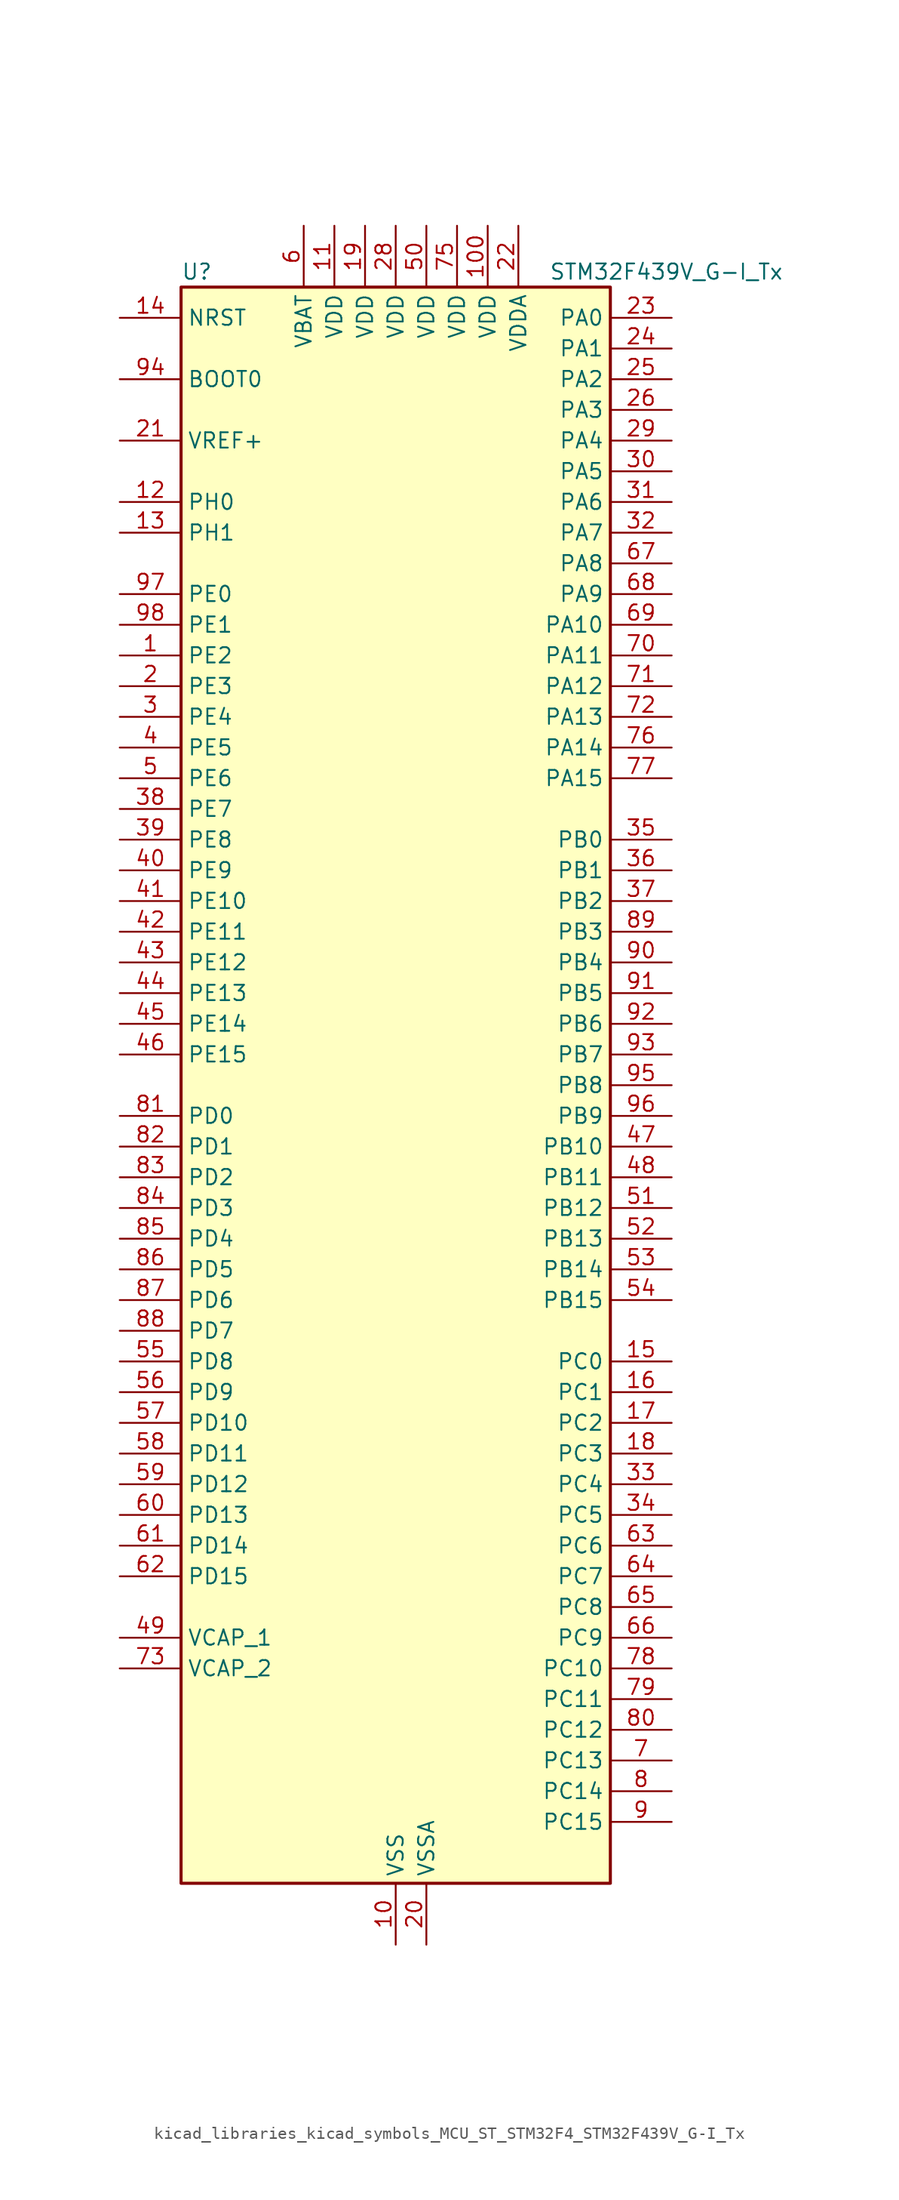
<source format=kicad_sym>
(kicad_symbol_lib
  (version 20220914)
  (generator kicad_symbol_editor)
  (symbol "kicad_libraries_kicad_symbols_MCU_ST_STM32F4_STM32F439V_G-I_Tx"
    (property "Reference" "U"
      (at -17.78 67.31 0)
      (effects (font (size 1.27 1.27)) (justify left)))
    (property "Value" "STM32F439V_G-I_Tx"
      (at 12.7 67.31 0)
      (effects (font (size 1.27 1.27)) (justify left)))
    (property "ki_locked" ""
      (at 0 0 0)
      (effects (font (size 1.27 1.27))))
    (symbol "kicad_libraries_kicad_symbols_MCU_ST_STM32F4_STM32F439V_G-I_Tx_0_1"
      (rectangle (start -17.78 -66.04) (end 17.78 66.04) (stroke (width 0.254) (type default)) (fill (type background))))
    (symbol "kicad_libraries_kicad_symbols_MCU_ST_STM32F4_STM32F439V_G-I_Tx_1_1"
      (pin bidirectional line (at -22.86 35.56 0) (length 5.08) (name "PE2" (effects (font (size 1.27 1.27)))) (number "1" (effects (font (size 1.27 1.27)))) (alternate "ETH_TXD3" bidirectional line) (alternate "FMC_A23" bidirectional line) (alternate "SAI1_MCLK_A" bidirectional line) (alternate "SPI4_SCK" bidirectional line) (alternate "SYS_TRACECLK" bidirectional line))
      (pin power_in line (at 0 -71.12 90) (length 5.08) (name "VSS" (effects (font (size 1.27 1.27)))) (number "10" (effects (font (size 1.27 1.27)))))
      (pin power_in line (at 7.62 71.12 270) (length 5.08) (name "VDD" (effects (font (size 1.27 1.27)))) (number "100" (effects (font (size 1.27 1.27)))))
      (pin power_in line (at -5.08 71.12 270) (length 5.08) (name "VDD" (effects (font (size 1.27 1.27)))) (number "11" (effects (font (size 1.27 1.27)))))
      (pin bidirectional line (at -22.86 48.26 0) (length 5.08) (name "PH0" (effects (font (size 1.27 1.27)))) (number "12" (effects (font (size 1.27 1.27)))) (alternate "RCC_OSC_IN" bidirectional line))
      (pin bidirectional line (at -22.86 45.72 0) (length 5.08) (name "PH1" (effects (font (size 1.27 1.27)))) (number "13" (effects (font (size 1.27 1.27)))) (alternate "RCC_OSC_OUT" bidirectional line))
      (pin input line (at -22.86 63.5 0) (length 5.08) (name "NRST" (effects (font (size 1.27 1.27)))) (number "14" (effects (font (size 1.27 1.27)))))
      (pin bidirectional line (at 22.86 -22.86 180) (length 5.08) (name "PC0" (effects (font (size 1.27 1.27)))) (number "15" (effects (font (size 1.27 1.27)))) (alternate "ADC1_IN10" bidirectional line) (alternate "ADC2_IN10" bidirectional line) (alternate "ADC3_IN10" bidirectional line) (alternate "USB_OTG_HS_ULPI_STP" bidirectional line))
      (pin bidirectional line (at 22.86 -25.4 180) (length 5.08) (name "PC1" (effects (font (size 1.27 1.27)))) (number "16" (effects (font (size 1.27 1.27)))) (alternate "ADC1_IN11" bidirectional line) (alternate "ADC2_IN11" bidirectional line) (alternate "ADC3_IN11" bidirectional line) (alternate "ETH_MDC" bidirectional line))
      (pin bidirectional line (at 22.86 -27.94 180) (length 5.08) (name "PC2" (effects (font (size 1.27 1.27)))) (number "17" (effects (font (size 1.27 1.27)))) (alternate "ADC1_IN12" bidirectional line) (alternate "ADC2_IN12" bidirectional line) (alternate "ADC3_IN12" bidirectional line) (alternate "ETH_TXD2" bidirectional line) (alternate "I2S2_ext_SD" bidirectional line) (alternate "SPI2_MISO" bidirectional line) (alternate "USB_OTG_HS_ULPI_DIR" bidirectional line))
      (pin bidirectional line (at 22.86 -30.48 180) (length 5.08) (name "PC3" (effects (font (size 1.27 1.27)))) (number "18" (effects (font (size 1.27 1.27)))) (alternate "ADC1_IN13" bidirectional line) (alternate "ADC2_IN13" bidirectional line) (alternate "ADC3_IN13" bidirectional line) (alternate "ETH_TX_CLK" bidirectional line) (alternate "I2S2_SD" bidirectional line) (alternate "SPI2_MOSI" bidirectional line) (alternate "USB_OTG_HS_ULPI_NXT" bidirectional line))
      (pin power_in line (at -2.54 71.12 270) (length 5.08) (name "VDD" (effects (font (size 1.27 1.27)))) (number "19" (effects (font (size 1.27 1.27)))))
      (pin bidirectional line (at -22.86 33.02 0) (length 5.08) (name "PE3" (effects (font (size 1.27 1.27)))) (number "2" (effects (font (size 1.27 1.27)))) (alternate "FMC_A19" bidirectional line) (alternate "SAI1_SD_B" bidirectional line) (alternate "SYS_TRACED0" bidirectional line))
      (pin power_in line (at 2.54 -71.12 90) (length 5.08) (name "VSSA" (effects (font (size 1.27 1.27)))) (number "20" (effects (font (size 1.27 1.27)))))
      (pin input line (at -22.86 53.34 0) (length 5.08) (name "VREF+" (effects (font (size 1.27 1.27)))) (number "21" (effects (font (size 1.27 1.27)))))
      (pin power_in line (at 10.16 71.12 270) (length 5.08) (name "VDDA" (effects (font (size 1.27 1.27)))) (number "22" (effects (font (size 1.27 1.27)))))
      (pin bidirectional line (at 22.86 63.5 180) (length 5.08) (name "PA0" (effects (font (size 1.27 1.27)))) (number "23" (effects (font (size 1.27 1.27)))) (alternate "ADC1_IN0" bidirectional line) (alternate "ADC2_IN0" bidirectional line) (alternate "ADC3_IN0" bidirectional line) (alternate "ETH_CRS" bidirectional line) (alternate "SYS_WKUP" bidirectional line) (alternate "TIM2_CH1" bidirectional line) (alternate "TIM2_ETR" bidirectional line) (alternate "TIM5_CH1" bidirectional line) (alternate "TIM8_ETR" bidirectional line) (alternate "UART4_TX" bidirectional line) (alternate "USART2_CTS" bidirectional line))
      (pin bidirectional line (at 22.86 60.96 180) (length 5.08) (name "PA1" (effects (font (size 1.27 1.27)))) (number "24" (effects (font (size 1.27 1.27)))) (alternate "ADC1_IN1" bidirectional line) (alternate "ADC2_IN1" bidirectional line) (alternate "ADC3_IN1" bidirectional line) (alternate "ETH_REF_CLK" bidirectional line) (alternate "ETH_RX_CLK" bidirectional line) (alternate "TIM2_CH2" bidirectional line) (alternate "TIM5_CH2" bidirectional line) (alternate "UART4_RX" bidirectional line) (alternate "USART2_RTS" bidirectional line))
      (pin bidirectional line (at 22.86 58.42 180) (length 5.08) (name "PA2" (effects (font (size 1.27 1.27)))) (number "25" (effects (font (size 1.27 1.27)))) (alternate "ADC1_IN2" bidirectional line) (alternate "ADC2_IN2" bidirectional line) (alternate "ADC3_IN2" bidirectional line) (alternate "ETH_MDIO" bidirectional line) (alternate "TIM2_CH3" bidirectional line) (alternate "TIM5_CH3" bidirectional line) (alternate "TIM9_CH1" bidirectional line) (alternate "USART2_TX" bidirectional line))
      (pin bidirectional line (at 22.86 55.88 180) (length 5.08) (name "PA3" (effects (font (size 1.27 1.27)))) (number "26" (effects (font (size 1.27 1.27)))) (alternate "ADC1_IN3" bidirectional line) (alternate "ADC2_IN3" bidirectional line) (alternate "ADC3_IN3" bidirectional line) (alternate "ETH_COL" bidirectional line) (alternate "LTDC_B5" bidirectional line) (alternate "TIM2_CH4" bidirectional line) (alternate "TIM5_CH4" bidirectional line) (alternate "TIM9_CH2" bidirectional line) (alternate "USART2_RX" bidirectional line) (alternate "USB_OTG_HS_ULPI_D0" bidirectional line))
      (pin passive line (at 0 -71.12 90) (length 5.08) hide (name "VSS" (effects (font (size 1.27 1.27)))) (number "27" (effects (font (size 1.27 1.27)))))
      (pin power_in line (at 0 71.12 270) (length 5.08) (name "VDD" (effects (font (size 1.27 1.27)))) (number "28" (effects (font (size 1.27 1.27)))))
      (pin bidirectional line (at 22.86 53.34 180) (length 5.08) (name "PA4" (effects (font (size 1.27 1.27)))) (number "29" (effects (font (size 1.27 1.27)))) (alternate "ADC1_IN4" bidirectional line) (alternate "ADC2_IN4" bidirectional line) (alternate "DAC_OUT1" bidirectional line) (alternate "DCMI_HSYNC" bidirectional line) (alternate "I2S3_WS" bidirectional line) (alternate "LTDC_VSYNC" bidirectional line) (alternate "SPI1_NSS" bidirectional line) (alternate "SPI3_NSS" bidirectional line) (alternate "USART2_CK" bidirectional line) (alternate "USB_OTG_HS_SOF" bidirectional line))
      (pin bidirectional line (at -22.86 30.48 0) (length 5.08) (name "PE4" (effects (font (size 1.27 1.27)))) (number "3" (effects (font (size 1.27 1.27)))) (alternate "DCMI_D4" bidirectional line) (alternate "FMC_A20" bidirectional line) (alternate "LTDC_B0" bidirectional line) (alternate "SAI1_FS_A" bidirectional line) (alternate "SPI4_NSS" bidirectional line) (alternate "SYS_TRACED1" bidirectional line))
      (pin bidirectional line (at 22.86 50.8 180) (length 5.08) (name "PA5" (effects (font (size 1.27 1.27)))) (number "30" (effects (font (size 1.27 1.27)))) (alternate "ADC1_IN5" bidirectional line) (alternate "ADC2_IN5" bidirectional line) (alternate "DAC_OUT2" bidirectional line) (alternate "SPI1_SCK" bidirectional line) (alternate "TIM2_CH1" bidirectional line) (alternate "TIM2_ETR" bidirectional line) (alternate "TIM8_CH1N" bidirectional line) (alternate "USB_OTG_HS_ULPI_CK" bidirectional line))
      (pin bidirectional line (at 22.86 48.26 180) (length 5.08) (name "PA6" (effects (font (size 1.27 1.27)))) (number "31" (effects (font (size 1.27 1.27)))) (alternate "ADC1_IN6" bidirectional line) (alternate "ADC2_IN6" bidirectional line) (alternate "DCMI_PIXCLK" bidirectional line) (alternate "LTDC_G2" bidirectional line) (alternate "SPI1_MISO" bidirectional line) (alternate "TIM13_CH1" bidirectional line) (alternate "TIM1_BKIN" bidirectional line) (alternate "TIM3_CH1" bidirectional line) (alternate "TIM8_BKIN" bidirectional line))
      (pin bidirectional line (at 22.86 45.72 180) (length 5.08) (name "PA7" (effects (font (size 1.27 1.27)))) (number "32" (effects (font (size 1.27 1.27)))) (alternate "ADC1_IN7" bidirectional line) (alternate "ADC2_IN7" bidirectional line) (alternate "ETH_CRS_DV" bidirectional line) (alternate "ETH_RX_DV" bidirectional line) (alternate "SPI1_MOSI" bidirectional line) (alternate "TIM14_CH1" bidirectional line) (alternate "TIM1_CH1N" bidirectional line) (alternate "TIM3_CH2" bidirectional line) (alternate "TIM8_CH1N" bidirectional line))
      (pin bidirectional line (at 22.86 -33.02 180) (length 5.08) (name "PC4" (effects (font (size 1.27 1.27)))) (number "33" (effects (font (size 1.27 1.27)))) (alternate "ADC1_IN14" bidirectional line) (alternate "ADC2_IN14" bidirectional line) (alternate "ETH_RXD0" bidirectional line))
      (pin bidirectional line (at 22.86 -35.56 180) (length 5.08) (name "PC5" (effects (font (size 1.27 1.27)))) (number "34" (effects (font (size 1.27 1.27)))) (alternate "ADC1_IN15" bidirectional line) (alternate "ADC2_IN15" bidirectional line) (alternate "ETH_RXD1" bidirectional line))
      (pin bidirectional line (at 22.86 20.32 180) (length 5.08) (name "PB0" (effects (font (size 1.27 1.27)))) (number "35" (effects (font (size 1.27 1.27)))) (alternate "ADC1_IN8" bidirectional line) (alternate "ADC2_IN8" bidirectional line) (alternate "ETH_RXD2" bidirectional line) (alternate "LTDC_R3" bidirectional line) (alternate "TIM1_CH2N" bidirectional line) (alternate "TIM3_CH3" bidirectional line) (alternate "TIM8_CH2N" bidirectional line) (alternate "USB_OTG_HS_ULPI_D1" bidirectional line))
      (pin bidirectional line (at 22.86 17.78 180) (length 5.08) (name "PB1" (effects (font (size 1.27 1.27)))) (number "36" (effects (font (size 1.27 1.27)))) (alternate "ADC1_IN9" bidirectional line) (alternate "ADC2_IN9" bidirectional line) (alternate "ETH_RXD3" bidirectional line) (alternate "LTDC_R6" bidirectional line) (alternate "TIM1_CH3N" bidirectional line) (alternate "TIM3_CH4" bidirectional line) (alternate "TIM8_CH3N" bidirectional line) (alternate "USB_OTG_HS_ULPI_D2" bidirectional line))
      (pin bidirectional line (at 22.86 15.24 180) (length 5.08) (name "PB2" (effects (font (size 1.27 1.27)))) (number "37" (effects (font (size 1.27 1.27)))))
      (pin bidirectional line (at -22.86 22.86 0) (length 5.08) (name "PE7" (effects (font (size 1.27 1.27)))) (number "38" (effects (font (size 1.27 1.27)))) (alternate "FMC_D4" bidirectional line) (alternate "FMC_DA4" bidirectional line) (alternate "TIM1_ETR" bidirectional line) (alternate "UART7_RX" bidirectional line))
      (pin bidirectional line (at -22.86 20.32 0) (length 5.08) (name "PE8" (effects (font (size 1.27 1.27)))) (number "39" (effects (font (size 1.27 1.27)))) (alternate "FMC_D5" bidirectional line) (alternate "FMC_DA5" bidirectional line) (alternate "TIM1_CH1N" bidirectional line) (alternate "UART7_TX" bidirectional line))
      (pin bidirectional line (at -22.86 27.94 0) (length 5.08) (name "PE5" (effects (font (size 1.27 1.27)))) (number "4" (effects (font (size 1.27 1.27)))) (alternate "DCMI_D6" bidirectional line) (alternate "FMC_A21" bidirectional line) (alternate "LTDC_G0" bidirectional line) (alternate "SAI1_SCK_A" bidirectional line) (alternate "SPI4_MISO" bidirectional line) (alternate "SYS_TRACED2" bidirectional line) (alternate "TIM9_CH1" bidirectional line))
      (pin bidirectional line (at -22.86 17.78 0) (length 5.08) (name "PE9" (effects (font (size 1.27 1.27)))) (number "40" (effects (font (size 1.27 1.27)))) (alternate "DAC_EXTI9" bidirectional line) (alternate "FMC_D6" bidirectional line) (alternate "FMC_DA6" bidirectional line) (alternate "TIM1_CH1" bidirectional line))
      (pin bidirectional line (at -22.86 15.24 0) (length 5.08) (name "PE10" (effects (font (size 1.27 1.27)))) (number "41" (effects (font (size 1.27 1.27)))) (alternate "FMC_D7" bidirectional line) (alternate "FMC_DA7" bidirectional line) (alternate "TIM1_CH2N" bidirectional line))
      (pin bidirectional line (at -22.86 12.7 0) (length 5.08) (name "PE11" (effects (font (size 1.27 1.27)))) (number "42" (effects (font (size 1.27 1.27)))) (alternate "ADC1_EXTI11" bidirectional line) (alternate "ADC2_EXTI11" bidirectional line) (alternate "ADC3_EXTI11" bidirectional line) (alternate "FMC_D8" bidirectional line) (alternate "FMC_DA8" bidirectional line) (alternate "LTDC_G3" bidirectional line) (alternate "SPI4_NSS" bidirectional line) (alternate "TIM1_CH2" bidirectional line))
      (pin bidirectional line (at -22.86 10.16 0) (length 5.08) (name "PE12" (effects (font (size 1.27 1.27)))) (number "43" (effects (font (size 1.27 1.27)))) (alternate "FMC_D9" bidirectional line) (alternate "FMC_DA9" bidirectional line) (alternate "LTDC_B4" bidirectional line) (alternate "SPI4_SCK" bidirectional line) (alternate "TIM1_CH3N" bidirectional line))
      (pin bidirectional line (at -22.86 7.62 0) (length 5.08) (name "PE13" (effects (font (size 1.27 1.27)))) (number "44" (effects (font (size 1.27 1.27)))) (alternate "FMC_D10" bidirectional line) (alternate "FMC_DA10" bidirectional line) (alternate "LTDC_DE" bidirectional line) (alternate "SPI4_MISO" bidirectional line) (alternate "TIM1_CH3" bidirectional line))
      (pin bidirectional line (at -22.86 5.08 0) (length 5.08) (name "PE14" (effects (font (size 1.27 1.27)))) (number "45" (effects (font (size 1.27 1.27)))) (alternate "FMC_D11" bidirectional line) (alternate "FMC_DA11" bidirectional line) (alternate "LTDC_CLK" bidirectional line) (alternate "SPI4_MOSI" bidirectional line) (alternate "TIM1_CH4" bidirectional line))
      (pin bidirectional line (at -22.86 2.54 0) (length 5.08) (name "PE15" (effects (font (size 1.27 1.27)))) (number "46" (effects (font (size 1.27 1.27)))) (alternate "ADC1_EXTI15" bidirectional line) (alternate "ADC2_EXTI15" bidirectional line) (alternate "ADC3_EXTI15" bidirectional line) (alternate "FMC_D12" bidirectional line) (alternate "FMC_DA12" bidirectional line) (alternate "LTDC_R7" bidirectional line) (alternate "TIM1_BKIN" bidirectional line))
      (pin bidirectional line (at 22.86 -5.08 180) (length 5.08) (name "PB10" (effects (font (size 1.27 1.27)))) (number "47" (effects (font (size 1.27 1.27)))) (alternate "ETH_RX_ER" bidirectional line) (alternate "I2C2_SCL" bidirectional line) (alternate "I2S2_CK" bidirectional line) (alternate "LTDC_G4" bidirectional line) (alternate "SPI2_SCK" bidirectional line) (alternate "TIM2_CH3" bidirectional line) (alternate "USART3_TX" bidirectional line) (alternate "USB_OTG_HS_ULPI_D3" bidirectional line))
      (pin bidirectional line (at 22.86 -7.62 180) (length 5.08) (name "PB11" (effects (font (size 1.27 1.27)))) (number "48" (effects (font (size 1.27 1.27)))) (alternate "ADC1_EXTI11" bidirectional line) (alternate "ADC2_EXTI11" bidirectional line) (alternate "ADC3_EXTI11" bidirectional line) (alternate "ETH_TX_EN" bidirectional line) (alternate "I2C2_SDA" bidirectional line) (alternate "LTDC_G5" bidirectional line) (alternate "TIM2_CH4" bidirectional line) (alternate "USART3_RX" bidirectional line) (alternate "USB_OTG_HS_ULPI_D4" bidirectional line))
      (pin power_out line (at -22.86 -45.72 0) (length 5.08) (name "VCAP_1" (effects (font (size 1.27 1.27)))) (number "49" (effects (font (size 1.27 1.27)))))
      (pin bidirectional line (at -22.86 25.4 0) (length 5.08) (name "PE6" (effects (font (size 1.27 1.27)))) (number "5" (effects (font (size 1.27 1.27)))) (alternate "DCMI_D7" bidirectional line) (alternate "FMC_A22" bidirectional line) (alternate "LTDC_G1" bidirectional line) (alternate "SAI1_SD_A" bidirectional line) (alternate "SPI4_MOSI" bidirectional line) (alternate "SYS_TRACED3" bidirectional line) (alternate "TIM9_CH2" bidirectional line))
      (pin power_in line (at 2.54 71.12 270) (length 5.08) (name "VDD" (effects (font (size 1.27 1.27)))) (number "50" (effects (font (size 1.27 1.27)))))
      (pin bidirectional line (at 22.86 -10.16 180) (length 5.08) (name "PB12" (effects (font (size 1.27 1.27)))) (number "51" (effects (font (size 1.27 1.27)))) (alternate "CAN2_RX" bidirectional line) (alternate "ETH_TXD0" bidirectional line) (alternate "I2C2_SMBA" bidirectional line) (alternate "I2S2_WS" bidirectional line) (alternate "SPI2_NSS" bidirectional line) (alternate "TIM1_BKIN" bidirectional line) (alternate "USART3_CK" bidirectional line) (alternate "USB_OTG_HS_ID" bidirectional line) (alternate "USB_OTG_HS_ULPI_D5" bidirectional line))
      (pin bidirectional line (at 22.86 -12.7 180) (length 5.08) (name "PB13" (effects (font (size 1.27 1.27)))) (number "52" (effects (font (size 1.27 1.27)))) (alternate "CAN2_TX" bidirectional line) (alternate "ETH_TXD1" bidirectional line) (alternate "I2S2_CK" bidirectional line) (alternate "SPI2_SCK" bidirectional line) (alternate "TIM1_CH1N" bidirectional line) (alternate "USART3_CTS" bidirectional line) (alternate "USB_OTG_HS_ULPI_D6" bidirectional line) (alternate "USB_OTG_HS_VBUS" bidirectional line))
      (pin bidirectional line (at 22.86 -15.24 180) (length 5.08) (name "PB14" (effects (font (size 1.27 1.27)))) (number "53" (effects (font (size 1.27 1.27)))) (alternate "I2S2_ext_SD" bidirectional line) (alternate "SPI2_MISO" bidirectional line) (alternate "TIM12_CH1" bidirectional line) (alternate "TIM1_CH2N" bidirectional line) (alternate "TIM8_CH2N" bidirectional line) (alternate "USART3_RTS" bidirectional line) (alternate "USB_OTG_HS_DM" bidirectional line))
      (pin bidirectional line (at 22.86 -17.78 180) (length 5.08) (name "PB15" (effects (font (size 1.27 1.27)))) (number "54" (effects (font (size 1.27 1.27)))) (alternate "ADC1_EXTI15" bidirectional line) (alternate "ADC2_EXTI15" bidirectional line) (alternate "ADC3_EXTI15" bidirectional line) (alternate "I2S2_SD" bidirectional line) (alternate "RTC_REFIN" bidirectional line) (alternate "SPI2_MOSI" bidirectional line) (alternate "TIM12_CH2" bidirectional line) (alternate "TIM1_CH3N" bidirectional line) (alternate "TIM8_CH3N" bidirectional line) (alternate "USB_OTG_HS_DP" bidirectional line))
      (pin bidirectional line (at -22.86 -22.86 0) (length 5.08) (name "PD8" (effects (font (size 1.27 1.27)))) (number "55" (effects (font (size 1.27 1.27)))) (alternate "FMC_D13" bidirectional line) (alternate "FMC_DA13" bidirectional line) (alternate "USART3_TX" bidirectional line))
      (pin bidirectional line (at -22.86 -25.4 0) (length 5.08) (name "PD9" (effects (font (size 1.27 1.27)))) (number "56" (effects (font (size 1.27 1.27)))) (alternate "DAC_EXTI9" bidirectional line) (alternate "FMC_D14" bidirectional line) (alternate "FMC_DA14" bidirectional line) (alternate "USART3_RX" bidirectional line))
      (pin bidirectional line (at -22.86 -27.94 0) (length 5.08) (name "PD10" (effects (font (size 1.27 1.27)))) (number "57" (effects (font (size 1.27 1.27)))) (alternate "FMC_D15" bidirectional line) (alternate "FMC_DA15" bidirectional line) (alternate "LTDC_B3" bidirectional line) (alternate "USART3_CK" bidirectional line))
      (pin bidirectional line (at -22.86 -30.48 0) (length 5.08) (name "PD11" (effects (font (size 1.27 1.27)))) (number "58" (effects (font (size 1.27 1.27)))) (alternate "ADC1_EXTI11" bidirectional line) (alternate "ADC2_EXTI11" bidirectional line) (alternate "ADC3_EXTI11" bidirectional line) (alternate "FMC_A16" bidirectional line) (alternate "FMC_CLE" bidirectional line) (alternate "USART3_CTS" bidirectional line))
      (pin bidirectional line (at -22.86 -33.02 0) (length 5.08) (name "PD12" (effects (font (size 1.27 1.27)))) (number "59" (effects (font (size 1.27 1.27)))) (alternate "FMC_A17" bidirectional line) (alternate "FMC_ALE" bidirectional line) (alternate "TIM4_CH1" bidirectional line) (alternate "USART3_RTS" bidirectional line))
      (pin power_in line (at -7.62 71.12 270) (length 5.08) (name "VBAT" (effects (font (size 1.27 1.27)))) (number "6" (effects (font (size 1.27 1.27)))))
      (pin bidirectional line (at -22.86 -35.56 0) (length 5.08) (name "PD13" (effects (font (size 1.27 1.27)))) (number "60" (effects (font (size 1.27 1.27)))) (alternate "FMC_A18" bidirectional line) (alternate "TIM4_CH2" bidirectional line))
      (pin bidirectional line (at -22.86 -38.1 0) (length 5.08) (name "PD14" (effects (font (size 1.27 1.27)))) (number "61" (effects (font (size 1.27 1.27)))) (alternate "FMC_D0" bidirectional line) (alternate "FMC_DA0" bidirectional line) (alternate "TIM4_CH3" bidirectional line))
      (pin bidirectional line (at -22.86 -40.64 0) (length 5.08) (name "PD15" (effects (font (size 1.27 1.27)))) (number "62" (effects (font (size 1.27 1.27)))) (alternate "ADC1_EXTI15" bidirectional line) (alternate "ADC2_EXTI15" bidirectional line) (alternate "ADC3_EXTI15" bidirectional line) (alternate "FMC_D1" bidirectional line) (alternate "FMC_DA1" bidirectional line) (alternate "TIM4_CH4" bidirectional line))
      (pin bidirectional line (at 22.86 -38.1 180) (length 5.08) (name "PC6" (effects (font (size 1.27 1.27)))) (number "63" (effects (font (size 1.27 1.27)))) (alternate "DCMI_D0" bidirectional line) (alternate "I2S2_MCK" bidirectional line) (alternate "LTDC_HSYNC" bidirectional line) (alternate "SDIO_D6" bidirectional line) (alternate "TIM3_CH1" bidirectional line) (alternate "TIM8_CH1" bidirectional line) (alternate "USART6_TX" bidirectional line))
      (pin bidirectional line (at 22.86 -40.64 180) (length 5.08) (name "PC7" (effects (font (size 1.27 1.27)))) (number "64" (effects (font (size 1.27 1.27)))) (alternate "DCMI_D1" bidirectional line) (alternate "I2S3_MCK" bidirectional line) (alternate "LTDC_G6" bidirectional line) (alternate "SDIO_D7" bidirectional line) (alternate "TIM3_CH2" bidirectional line) (alternate "TIM8_CH2" bidirectional line) (alternate "USART6_RX" bidirectional line))
      (pin bidirectional line (at 22.86 -43.18 180) (length 5.08) (name "PC8" (effects (font (size 1.27 1.27)))) (number "65" (effects (font (size 1.27 1.27)))) (alternate "DCMI_D2" bidirectional line) (alternate "SDIO_D0" bidirectional line) (alternate "TIM3_CH3" bidirectional line) (alternate "TIM8_CH3" bidirectional line) (alternate "USART6_CK" bidirectional line))
      (pin bidirectional line (at 22.86 -45.72 180) (length 5.08) (name "PC9" (effects (font (size 1.27 1.27)))) (number "66" (effects (font (size 1.27 1.27)))) (alternate "DAC_EXTI9" bidirectional line) (alternate "DCMI_D3" bidirectional line) (alternate "I2C3_SDA" bidirectional line) (alternate "I2S_CKIN" bidirectional line) (alternate "RCC_MCO_2" bidirectional line) (alternate "SDIO_D1" bidirectional line) (alternate "TIM3_CH4" bidirectional line) (alternate "TIM8_CH4" bidirectional line))
      (pin bidirectional line (at 22.86 43.18 180) (length 5.08) (name "PA8" (effects (font (size 1.27 1.27)))) (number "67" (effects (font (size 1.27 1.27)))) (alternate "I2C3_SCL" bidirectional line) (alternate "LTDC_R6" bidirectional line) (alternate "RCC_MCO_1" bidirectional line) (alternate "TIM1_CH1" bidirectional line) (alternate "USART1_CK" bidirectional line) (alternate "USB_OTG_FS_SOF" bidirectional line))
      (pin bidirectional line (at 22.86 40.64 180) (length 5.08) (name "PA9" (effects (font (size 1.27 1.27)))) (number "68" (effects (font (size 1.27 1.27)))) (alternate "DAC_EXTI9" bidirectional line) (alternate "DCMI_D0" bidirectional line) (alternate "I2C3_SMBA" bidirectional line) (alternate "TIM1_CH2" bidirectional line) (alternate "USART1_TX" bidirectional line) (alternate "USB_OTG_FS_VBUS" bidirectional line))
      (pin bidirectional line (at 22.86 38.1 180) (length 5.08) (name "PA10" (effects (font (size 1.27 1.27)))) (number "69" (effects (font (size 1.27 1.27)))) (alternate "DCMI_D1" bidirectional line) (alternate "TIM1_CH3" bidirectional line) (alternate "USART1_RX" bidirectional line) (alternate "USB_OTG_FS_ID" bidirectional line))
      (pin bidirectional line (at 22.86 -55.88 180) (length 5.08) (name "PC13" (effects (font (size 1.27 1.27)))) (number "7" (effects (font (size 1.27 1.27)))) (alternate "RTC_AF1" bidirectional line))
      (pin bidirectional line (at 22.86 35.56 180) (length 5.08) (name "PA11" (effects (font (size 1.27 1.27)))) (number "70" (effects (font (size 1.27 1.27)))) (alternate "ADC1_EXTI11" bidirectional line) (alternate "ADC2_EXTI11" bidirectional line) (alternate "ADC3_EXTI11" bidirectional line) (alternate "CAN1_RX" bidirectional line) (alternate "LTDC_R4" bidirectional line) (alternate "TIM1_CH4" bidirectional line) (alternate "USART1_CTS" bidirectional line) (alternate "USB_OTG_FS_DM" bidirectional line))
      (pin bidirectional line (at 22.86 33.02 180) (length 5.08) (name "PA12" (effects (font (size 1.27 1.27)))) (number "71" (effects (font (size 1.27 1.27)))) (alternate "CAN1_TX" bidirectional line) (alternate "LTDC_R5" bidirectional line) (alternate "TIM1_ETR" bidirectional line) (alternate "USART1_RTS" bidirectional line) (alternate "USB_OTG_FS_DP" bidirectional line))
      (pin bidirectional line (at 22.86 30.48 180) (length 5.08) (name "PA13" (effects (font (size 1.27 1.27)))) (number "72" (effects (font (size 1.27 1.27)))) (alternate "SYS_JTMS-SWDIO" bidirectional line))
      (pin power_out line (at -22.86 -48.26 0) (length 5.08) (name "VCAP_2" (effects (font (size 1.27 1.27)))) (number "73" (effects (font (size 1.27 1.27)))))
      (pin passive line (at 0 -71.12 90) (length 5.08) hide (name "VSS" (effects (font (size 1.27 1.27)))) (number "74" (effects (font (size 1.27 1.27)))))
      (pin power_in line (at 5.08 71.12 270) (length 5.08) (name "VDD" (effects (font (size 1.27 1.27)))) (number "75" (effects (font (size 1.27 1.27)))))
      (pin bidirectional line (at 22.86 27.94 180) (length 5.08) (name "PA14" (effects (font (size 1.27 1.27)))) (number "76" (effects (font (size 1.27 1.27)))) (alternate "SYS_JTCK-SWCLK" bidirectional line))
      (pin bidirectional line (at 22.86 25.4 180) (length 5.08) (name "PA15" (effects (font (size 1.27 1.27)))) (number "77" (effects (font (size 1.27 1.27)))) (alternate "ADC1_EXTI15" bidirectional line) (alternate "ADC2_EXTI15" bidirectional line) (alternate "ADC3_EXTI15" bidirectional line) (alternate "I2S3_WS" bidirectional line) (alternate "SPI1_NSS" bidirectional line) (alternate "SPI3_NSS" bidirectional line) (alternate "SYS_JTDI" bidirectional line) (alternate "TIM2_CH1" bidirectional line) (alternate "TIM2_ETR" bidirectional line))
      (pin bidirectional line (at 22.86 -48.26 180) (length 5.08) (name "PC10" (effects (font (size 1.27 1.27)))) (number "78" (effects (font (size 1.27 1.27)))) (alternate "DCMI_D8" bidirectional line) (alternate "I2S3_CK" bidirectional line) (alternate "LTDC_R2" bidirectional line) (alternate "SDIO_D2" bidirectional line) (alternate "SPI3_SCK" bidirectional line) (alternate "UART4_TX" bidirectional line) (alternate "USART3_TX" bidirectional line))
      (pin bidirectional line (at 22.86 -50.8 180) (length 5.08) (name "PC11" (effects (font (size 1.27 1.27)))) (number "79" (effects (font (size 1.27 1.27)))) (alternate "ADC1_EXTI11" bidirectional line) (alternate "ADC2_EXTI11" bidirectional line) (alternate "ADC3_EXTI11" bidirectional line) (alternate "DCMI_D4" bidirectional line) (alternate "I2S3_ext_SD" bidirectional line) (alternate "SDIO_D3" bidirectional line) (alternate "SPI3_MISO" bidirectional line) (alternate "UART4_RX" bidirectional line) (alternate "USART3_RX" bidirectional line))
      (pin bidirectional line (at 22.86 -58.42 180) (length 5.08) (name "PC14" (effects (font (size 1.27 1.27)))) (number "8" (effects (font (size 1.27 1.27)))) (alternate "RCC_OSC32_IN" bidirectional line))
      (pin bidirectional line (at 22.86 -53.34 180) (length 5.08) (name "PC12" (effects (font (size 1.27 1.27)))) (number "80" (effects (font (size 1.27 1.27)))) (alternate "DCMI_D9" bidirectional line) (alternate "I2S3_SD" bidirectional line) (alternate "SDIO_CK" bidirectional line) (alternate "SPI3_MOSI" bidirectional line) (alternate "UART5_TX" bidirectional line) (alternate "USART3_CK" bidirectional line))
      (pin bidirectional line (at -22.86 -2.54 0) (length 5.08) (name "PD0" (effects (font (size 1.27 1.27)))) (number "81" (effects (font (size 1.27 1.27)))) (alternate "CAN1_RX" bidirectional line) (alternate "FMC_D2" bidirectional line) (alternate "FMC_DA2" bidirectional line))
      (pin bidirectional line (at -22.86 -5.08 0) (length 5.08) (name "PD1" (effects (font (size 1.27 1.27)))) (number "82" (effects (font (size 1.27 1.27)))) (alternate "CAN1_TX" bidirectional line) (alternate "FMC_D3" bidirectional line) (alternate "FMC_DA3" bidirectional line))
      (pin bidirectional line (at -22.86 -7.62 0) (length 5.08) (name "PD2" (effects (font (size 1.27 1.27)))) (number "83" (effects (font (size 1.27 1.27)))) (alternate "DCMI_D11" bidirectional line) (alternate "SDIO_CMD" bidirectional line) (alternate "TIM3_ETR" bidirectional line) (alternate "UART5_RX" bidirectional line))
      (pin bidirectional line (at -22.86 -10.16 0) (length 5.08) (name "PD3" (effects (font (size 1.27 1.27)))) (number "84" (effects (font (size 1.27 1.27)))) (alternate "DCMI_D5" bidirectional line) (alternate "FMC_CLK" bidirectional line) (alternate "I2S2_CK" bidirectional line) (alternate "LTDC_G7" bidirectional line) (alternate "SPI2_SCK" bidirectional line) (alternate "USART2_CTS" bidirectional line))
      (pin bidirectional line (at -22.86 -12.7 0) (length 5.08) (name "PD4" (effects (font (size 1.27 1.27)))) (number "85" (effects (font (size 1.27 1.27)))) (alternate "FMC_NOE" bidirectional line) (alternate "USART2_RTS" bidirectional line))
      (pin bidirectional line (at -22.86 -15.24 0) (length 5.08) (name "PD5" (effects (font (size 1.27 1.27)))) (number "86" (effects (font (size 1.27 1.27)))) (alternate "FMC_NWE" bidirectional line) (alternate "USART2_TX" bidirectional line))
      (pin bidirectional line (at -22.86 -17.78 0) (length 5.08) (name "PD6" (effects (font (size 1.27 1.27)))) (number "87" (effects (font (size 1.27 1.27)))) (alternate "DCMI_D10" bidirectional line) (alternate "FMC_NWAIT" bidirectional line) (alternate "I2S3_SD" bidirectional line) (alternate "LTDC_B2" bidirectional line) (alternate "SAI1_SD_A" bidirectional line) (alternate "SPI3_MOSI" bidirectional line) (alternate "USART2_RX" bidirectional line))
      (pin bidirectional line (at -22.86 -20.32 0) (length 5.08) (name "PD7" (effects (font (size 1.27 1.27)))) (number "88" (effects (font (size 1.27 1.27)))) (alternate "FMC_NCE2" bidirectional line) (alternate "FMC_NE1" bidirectional line) (alternate "USART2_CK" bidirectional line))
      (pin bidirectional line (at 22.86 12.7 180) (length 5.08) (name "PB3" (effects (font (size 1.27 1.27)))) (number "89" (effects (font (size 1.27 1.27)))) (alternate "I2S3_CK" bidirectional line) (alternate "SPI1_SCK" bidirectional line) (alternate "SPI3_SCK" bidirectional line) (alternate "SYS_JTDO-SWO" bidirectional line) (alternate "TIM2_CH2" bidirectional line))
      (pin bidirectional line (at 22.86 -60.96 180) (length 5.08) (name "PC15" (effects (font (size 1.27 1.27)))) (number "9" (effects (font (size 1.27 1.27)))) (alternate "ADC1_EXTI15" bidirectional line) (alternate "ADC2_EXTI15" bidirectional line) (alternate "ADC3_EXTI15" bidirectional line) (alternate "RCC_OSC32_OUT" bidirectional line))
      (pin bidirectional line (at 22.86 10.16 180) (length 5.08) (name "PB4" (effects (font (size 1.27 1.27)))) (number "90" (effects (font (size 1.27 1.27)))) (alternate "I2S3_ext_SD" bidirectional line) (alternate "SPI1_MISO" bidirectional line) (alternate "SPI3_MISO" bidirectional line) (alternate "SYS_JTRST" bidirectional line) (alternate "TIM3_CH1" bidirectional line))
      (pin bidirectional line (at 22.86 7.62 180) (length 5.08) (name "PB5" (effects (font (size 1.27 1.27)))) (number "91" (effects (font (size 1.27 1.27)))) (alternate "CAN2_RX" bidirectional line) (alternate "DCMI_D10" bidirectional line) (alternate "ETH_PPS_OUT" bidirectional line) (alternate "I2C1_SMBA" bidirectional line) (alternate "I2S3_SD" bidirectional line) (alternate "SPI1_MOSI" bidirectional line) (alternate "SPI3_MOSI" bidirectional line) (alternate "TIM3_CH2" bidirectional line) (alternate "USB_OTG_HS_ULPI_D7" bidirectional line))
      (pin bidirectional line (at 22.86 5.08 180) (length 5.08) (name "PB6" (effects (font (size 1.27 1.27)))) (number "92" (effects (font (size 1.27 1.27)))) (alternate "CAN2_TX" bidirectional line) (alternate "DCMI_D5" bidirectional line) (alternate "I2C1_SCL" bidirectional line) (alternate "TIM4_CH1" bidirectional line) (alternate "USART1_TX" bidirectional line))
      (pin bidirectional line (at 22.86 2.54 180) (length 5.08) (name "PB7" (effects (font (size 1.27 1.27)))) (number "93" (effects (font (size 1.27 1.27)))) (alternate "DCMI_VSYNC" bidirectional line) (alternate "FMC_NL" bidirectional line) (alternate "I2C1_SDA" bidirectional line) (alternate "TIM4_CH2" bidirectional line) (alternate "USART1_RX" bidirectional line))
      (pin input line (at -22.86 58.42 0) (length 5.08) (name "BOOT0" (effects (font (size 1.27 1.27)))) (number "94" (effects (font (size 1.27 1.27)))))
      (pin bidirectional line (at 22.86 0 180) (length 5.08) (name "PB8" (effects (font (size 1.27 1.27)))) (number "95" (effects (font (size 1.27 1.27)))) (alternate "CAN1_RX" bidirectional line) (alternate "DCMI_D6" bidirectional line) (alternate "ETH_TXD3" bidirectional line) (alternate "I2C1_SCL" bidirectional line) (alternate "LTDC_B6" bidirectional line) (alternate "SDIO_D4" bidirectional line) (alternate "TIM10_CH1" bidirectional line) (alternate "TIM4_CH3" bidirectional line))
      (pin bidirectional line (at 22.86 -2.54 180) (length 5.08) (name "PB9" (effects (font (size 1.27 1.27)))) (number "96" (effects (font (size 1.27 1.27)))) (alternate "CAN1_TX" bidirectional line) (alternate "DAC_EXTI9" bidirectional line) (alternate "DCMI_D7" bidirectional line) (alternate "I2C1_SDA" bidirectional line) (alternate "I2S2_WS" bidirectional line) (alternate "LTDC_B7" bidirectional line) (alternate "SDIO_D5" bidirectional line) (alternate "SPI2_NSS" bidirectional line) (alternate "TIM11_CH1" bidirectional line) (alternate "TIM4_CH4" bidirectional line))
      (pin bidirectional line (at -22.86 40.64 0) (length 5.08) (name "PE0" (effects (font (size 1.27 1.27)))) (number "97" (effects (font (size 1.27 1.27)))) (alternate "DCMI_D2" bidirectional line) (alternate "FMC_NBL0" bidirectional line) (alternate "TIM4_ETR" bidirectional line) (alternate "UART8_RX" bidirectional line))
      (pin bidirectional line (at -22.86 38.1 0) (length 5.08) (name "PE1" (effects (font (size 1.27 1.27)))) (number "98" (effects (font (size 1.27 1.27)))) (alternate "DCMI_D3" bidirectional line) (alternate "FMC_NBL1" bidirectional line) (alternate "UART8_TX" bidirectional line))
      (pin passive line (at 0 -71.12 90) (length 5.08) hide (name "VSS" (effects (font (size 1.27 1.27)))) (number "99" (effects (font (size 1.27 1.27))))))))
</source>
